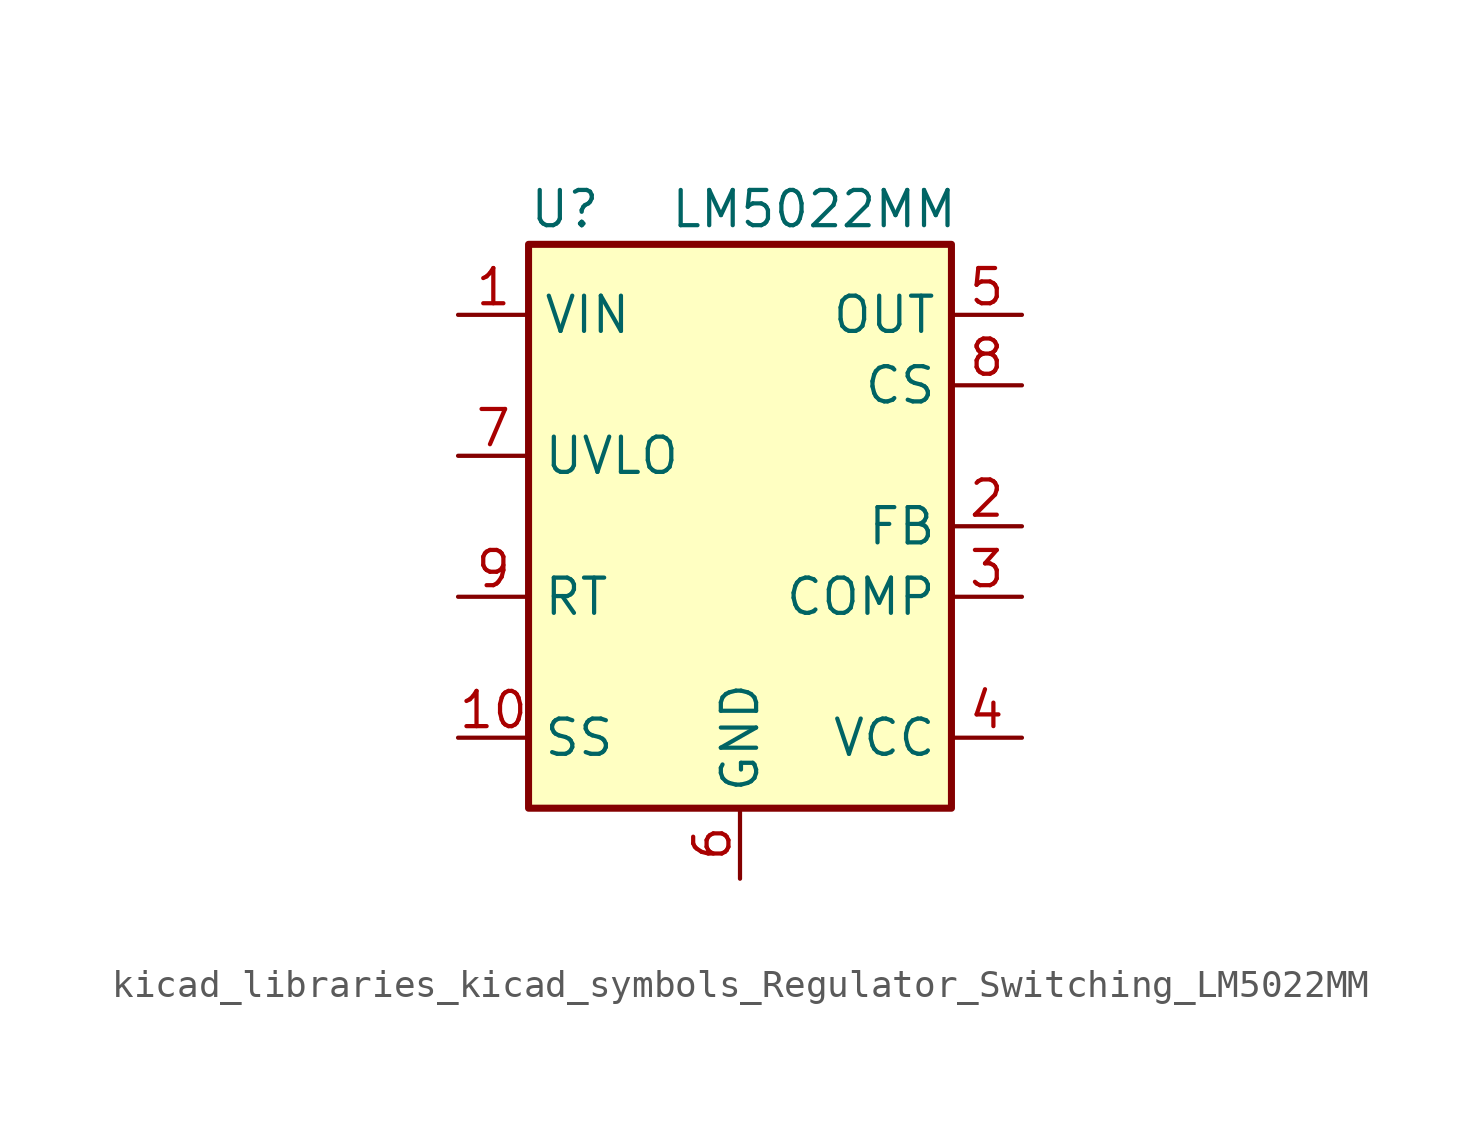
<source format=kicad_sym>
(kicad_symbol_lib
  (version 20220914)
  (generator kicad_symbol_editor)
  (symbol "kicad_libraries_kicad_symbols_Regulator_Switching_LM5022MM"
    (property "Reference" "U"
      (at -7.62 11.43 0)
      (effects (font (size 1.27 1.27)) (justify left)))
    (property "Value" "LM5022MM"
      (at -2.54 11.43 0)
      (effects (font (size 1.27 1.27)) (justify left)))
    (symbol "kicad_libraries_kicad_symbols_Regulator_Switching_LM5022MM_0_1"
      (rectangle (start -7.62 10.16) (end 7.62 -10.16) (stroke (width 0.254) (type default)) (fill (type background))))
    (symbol "kicad_libraries_kicad_symbols_Regulator_Switching_LM5022MM_1_1"
      (pin power_in line (at -10.16 7.62 0) (length 2.54) (name "VIN" (effects (font (size 1.27 1.27)))) (number "1" (effects (font (size 1.27 1.27)))))
      (pin input line (at -10.16 -7.62 0) (length 2.54) (name "SS" (effects (font (size 1.27 1.27)))) (number "10" (effects (font (size 1.27 1.27)))))
      (pin input line (at 10.16 0 180) (length 2.54) (name "FB" (effects (font (size 1.27 1.27)))) (number "2" (effects (font (size 1.27 1.27)))))
      (pin bidirectional line (at 10.16 -2.54 180) (length 2.54) (name "COMP" (effects (font (size 1.27 1.27)))) (number "3" (effects (font (size 1.27 1.27)))))
      (pin power_out line (at 10.16 -7.62 180) (length 2.54) (name "VCC" (effects (font (size 1.27 1.27)))) (number "4" (effects (font (size 1.27 1.27)))))
      (pin output line (at 10.16 7.62 180) (length 2.54) (name "OUT" (effects (font (size 1.27 1.27)))) (number "5" (effects (font (size 1.27 1.27)))))
      (pin power_in line (at 0 -12.7 90) (length 2.54) (name "GND" (effects (font (size 1.27 1.27)))) (number "6" (effects (font (size 1.27 1.27)))))
      (pin input line (at -10.16 2.54 0) (length 2.54) (name "UVLO" (effects (font (size 1.27 1.27)))) (number "7" (effects (font (size 1.27 1.27)))))
      (pin input line (at 10.16 5.08 180) (length 2.54) (name "CS" (effects (font (size 1.27 1.27)))) (number "8" (effects (font (size 1.27 1.27)))))
      (pin input line (at -10.16 -2.54 0) (length 2.54) (name "RT" (effects (font (size 1.27 1.27)))) (number "9" (effects (font (size 1.27 1.27))))))))
</source>
